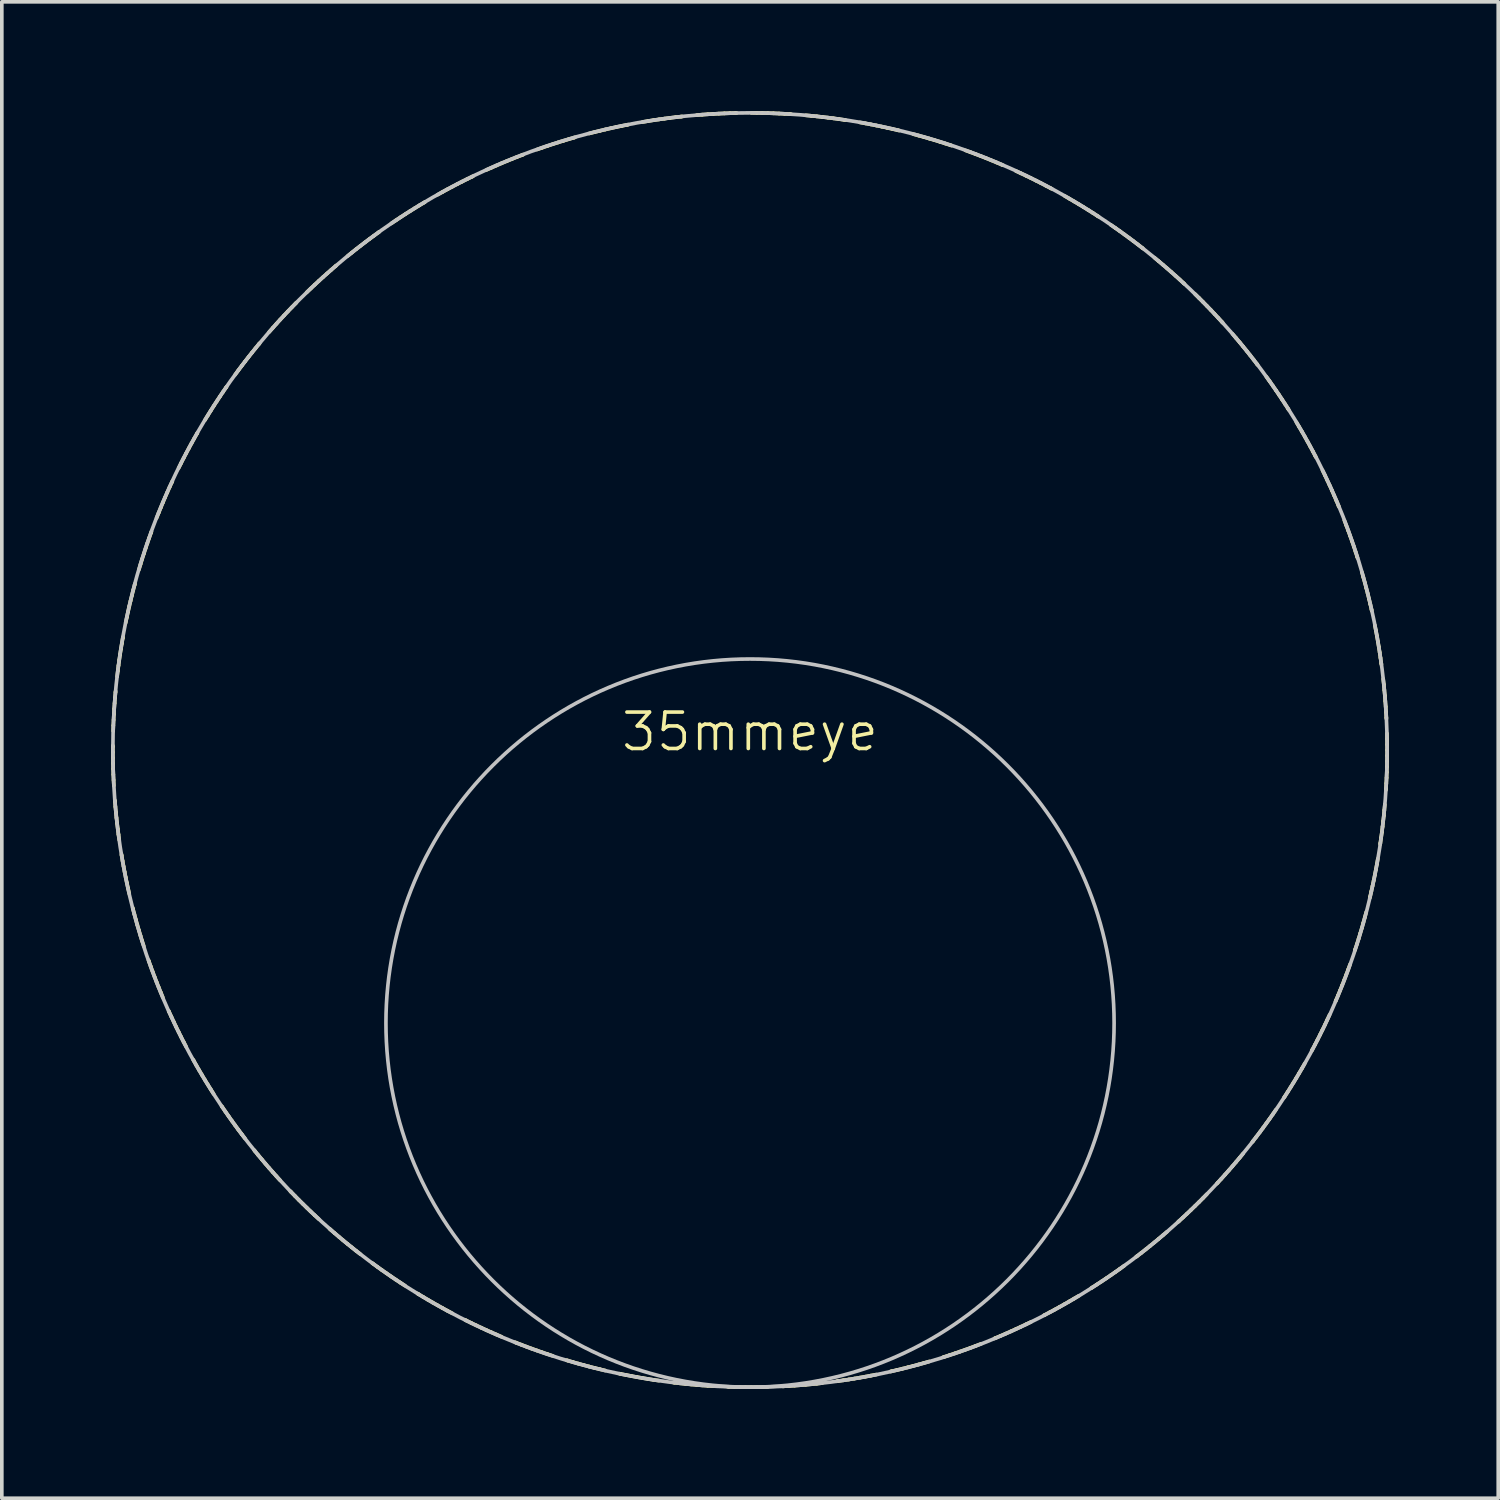
<source format=kicad_pcb>
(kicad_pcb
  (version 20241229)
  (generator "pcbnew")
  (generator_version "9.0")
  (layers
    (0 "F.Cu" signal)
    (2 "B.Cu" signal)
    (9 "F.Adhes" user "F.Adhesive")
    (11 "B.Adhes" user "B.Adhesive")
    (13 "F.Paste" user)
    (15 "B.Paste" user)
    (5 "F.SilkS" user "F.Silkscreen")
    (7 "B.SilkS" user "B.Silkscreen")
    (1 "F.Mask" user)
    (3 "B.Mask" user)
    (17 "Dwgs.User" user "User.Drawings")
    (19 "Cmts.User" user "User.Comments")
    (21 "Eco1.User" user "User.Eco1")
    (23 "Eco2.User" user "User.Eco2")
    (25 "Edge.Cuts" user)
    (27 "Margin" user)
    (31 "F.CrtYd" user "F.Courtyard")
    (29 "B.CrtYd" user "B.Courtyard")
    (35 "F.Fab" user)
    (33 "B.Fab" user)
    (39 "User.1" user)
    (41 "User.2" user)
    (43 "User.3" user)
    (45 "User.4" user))
  (footprint "35mmeye"
    (layer "F.Cu")
    (at 17.55 17.55)
    (property "Reference" "35mmeye" (at 0 -0.5 0) (unlocked yes) (layer "F.SilkS") (effects (font (size 1 1) (thickness 0.1))))
    (fp_circle (center 0 0) (end 17.5 0) (stroke (width 0.1) (type dash)) (fill no) (layer "F.SilkS"))
    (fp_circle (center 0 0) (end 17.5 0) (stroke (width 0.1) (type default)) (fill no) (layer "Dwgs.User"))
    (fp_circle (center 0 7.5) (end 10 7.5) (stroke (width 0.1) (type solid)) (fill no) (layer "Dwgs.User")))
  (gr_rect
    (start -3 -3)
    (end 38.1 38.1)
    (stroke (width 0.1) (type default))
    (fill no)
    (layer "Edge.Cuts")))
</source>
